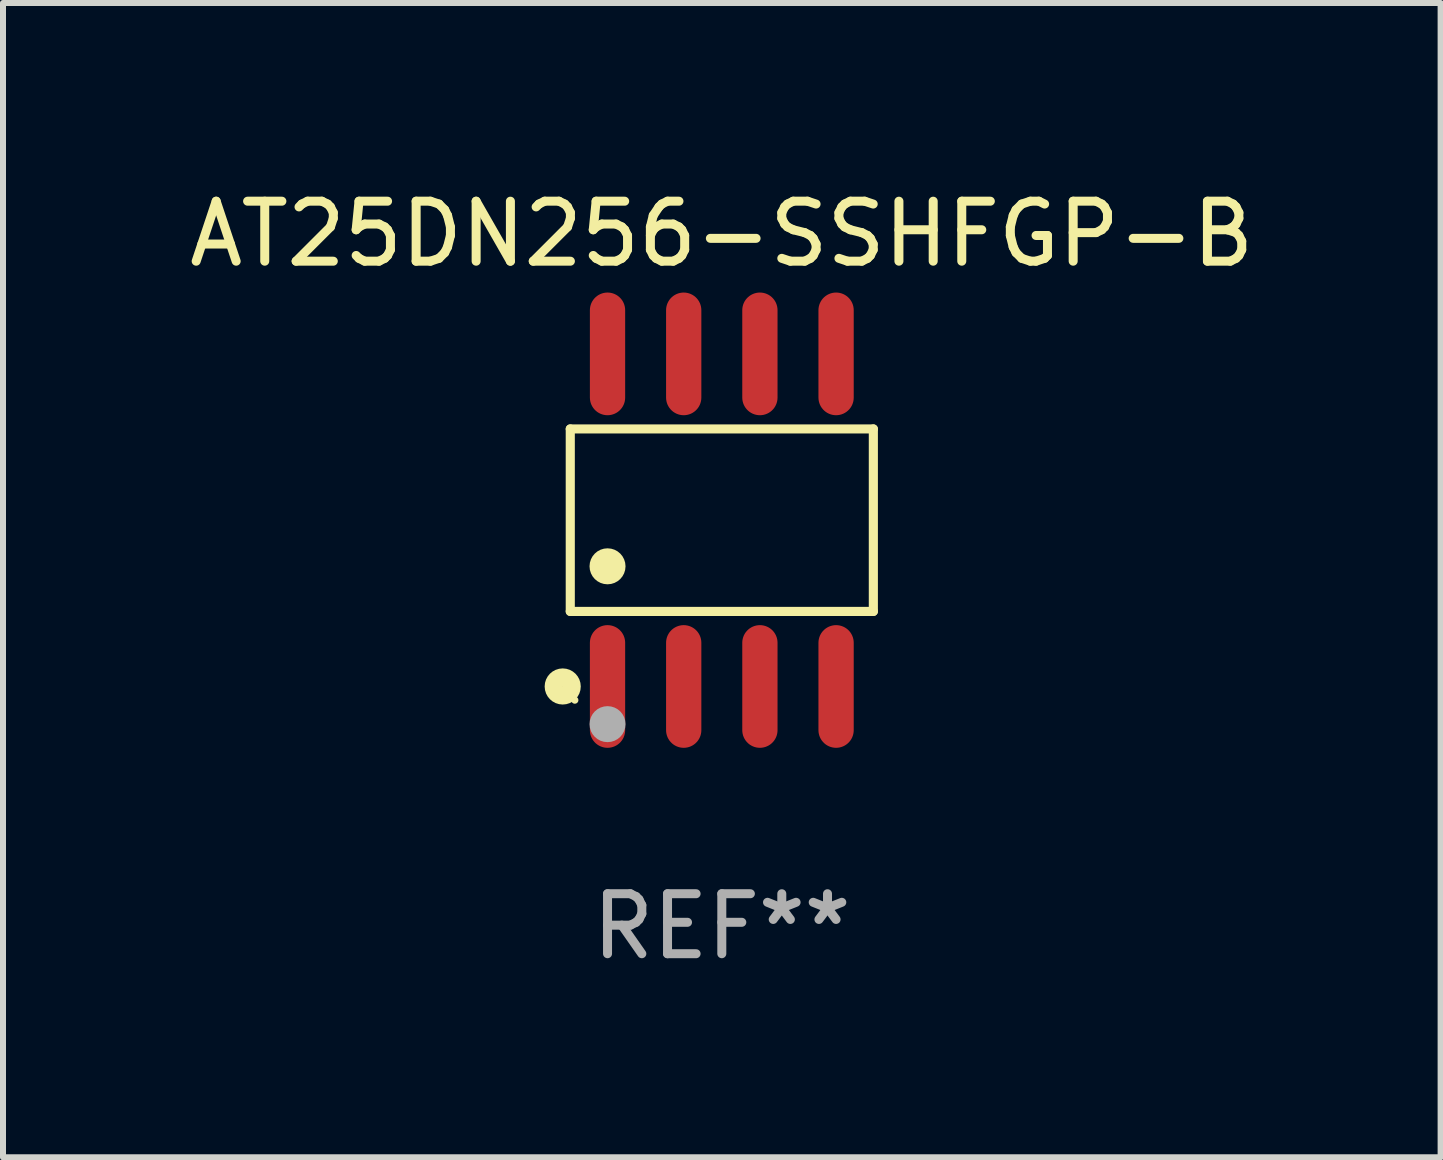
<source format=kicad_pcb>
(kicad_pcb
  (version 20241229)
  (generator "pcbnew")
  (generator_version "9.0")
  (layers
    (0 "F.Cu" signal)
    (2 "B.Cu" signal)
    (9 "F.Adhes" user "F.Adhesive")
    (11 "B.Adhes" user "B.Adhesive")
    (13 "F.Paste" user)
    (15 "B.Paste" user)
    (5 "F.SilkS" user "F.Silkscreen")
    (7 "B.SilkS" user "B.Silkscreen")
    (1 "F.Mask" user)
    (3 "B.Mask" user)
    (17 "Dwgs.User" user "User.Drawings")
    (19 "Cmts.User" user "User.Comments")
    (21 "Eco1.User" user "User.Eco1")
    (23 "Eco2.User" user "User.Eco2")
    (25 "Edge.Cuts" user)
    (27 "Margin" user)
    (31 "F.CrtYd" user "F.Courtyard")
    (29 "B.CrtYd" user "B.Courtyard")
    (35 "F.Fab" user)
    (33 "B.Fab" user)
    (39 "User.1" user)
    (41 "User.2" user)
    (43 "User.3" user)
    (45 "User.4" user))
  (footprint "AT25DN256-SSHFGP-B"
    (layer "F.Cu")
    (at 8.982 5.621)
    (property "Reference" "AT25DN256-SSHFGP-B" (at 0 -4.772 0) (layer "F.SilkS") (effects (font (size 1 1) (thickness 0.15))))
    (attr through_hole)
    (fp_line (start -2.526 -1.521) (end 2.526 -1.521) (stroke (width 0.152) (type solid)) (layer "F.SilkS"))
    (fp_line (start -2.526 1.521) (end -2.526 -1.521) (stroke (width 0.152) (type solid)) (layer "F.SilkS"))
    (fp_line (start 2.526 -1.521) (end 2.526 1.521) (stroke (width 0.152) (type solid)) (layer "F.SilkS"))
    (fp_line (start 2.526 1.521) (end -2.526 1.521) (stroke (width 0.152) (type solid)) (layer "F.SilkS"))
    (fp_circle (center -2.652 2.772) (end -2.501 2.772) (stroke (width 0.3) (type solid)) (fill no) (layer "F.SilkS"))
    (fp_circle (center -2.45 3) (end -2.42 3) (stroke (width 0.06) (type solid)) (fill no) (layer "F.SilkS"))
    (fp_circle (center -1.905 0.769) (end -1.755 0.769) (stroke (width 0.3) (type solid)) (fill no) (layer "F.SilkS"))
    (fp_circle (center -1.905 3.4) (end -1.755 3.4) (stroke (width 0.3) (type solid)) (fill no) (layer "F.Fab"))
    (fp_text user "REF**" (at 0 6.772 0) (layer "F.Fab") (effects (font (size 1 1) (thickness 0.15))))
    (pad "1" smd oval (at -1.905 2.772) (size 0.588 2.045) (layers "F.Cu" "F.Mask" "F.Paste"))
    (pad "2" smd oval (at -0.635 2.772) (size 0.588 2.045) (layers "F.Cu" "F.Mask" "F.Paste"))
    (pad "3" smd oval (at 0.635 2.772) (size 0.588 2.045) (layers "F.Cu" "F.Mask" "F.Paste"))
    (pad "4" smd oval (at 1.905 2.772) (size 0.588 2.045) (layers "F.Cu" "F.Mask" "F.Paste"))
    (pad "5" smd oval (at 1.905 -2.772) (size 0.588 2.045) (layers "F.Cu" "F.Mask" "F.Paste"))
    (pad "6" smd oval (at 0.635 -2.772) (size 0.588 2.045) (layers "F.Cu" "F.Mask" "F.Paste"))
    (pad "7" smd oval (at -0.635 -2.772) (size 0.588 2.045) (layers "F.Cu" "F.Mask" "F.Paste"))
    (pad "8" smd oval (at -1.905 -2.772) (size 0.588 2.045) (layers "F.Cu" "F.Mask" "F.Paste")))
  (gr_rect
    (start -3 -3)
    (end 20.964 16.241)
    (stroke (width 0.1) (type default))
    (fill no)
    (layer "Edge.Cuts")))
</source>
